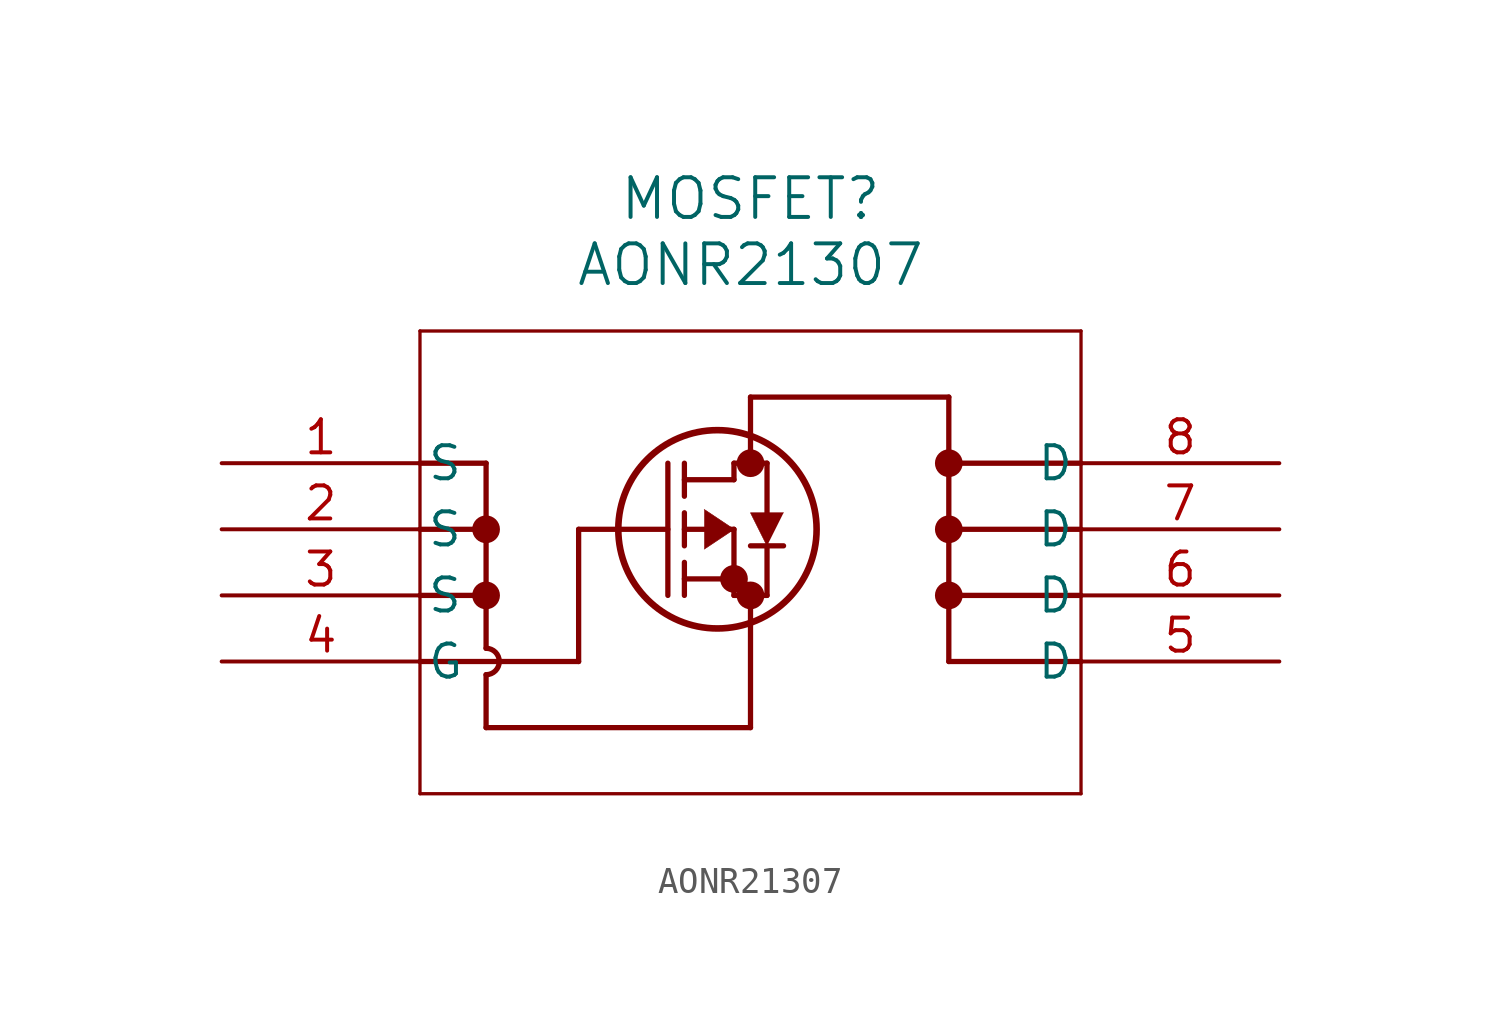
<source format=kicad_sym>
(kicad_symbol_lib
  (version 20211014)
  (generator kicad_symbol_editor)
  (symbol "AONR21307"
    (pin_names
      (offset 0.254))
    (property "Reference" "MOSFET"
      (at 20.32 10.16 0)
      (effects (font (size 1.524 1.524))))
    (property "Value" "AONR21307"
      (at 20.32 7.62 0)
      (effects (font (size 1.524 1.524))))
    (symbol "AONR21307_0_1"
      (polyline (pts (xy 7.62 5.08) (xy 7.62 -12.7)) (stroke (width 0.127) (type default) (color 0 0 0 0)) (fill (type none)))
      (polyline (pts (xy 7.62 -12.7) (xy 33.02 -12.7)) (stroke (width 0.127) (type default) (color 0 0 0 0)) (fill (type none)))
      (polyline (pts (xy 33.02 -12.7) (xy 33.02 5.08)) (stroke (width 0.127) (type default) (color 0 0 0 0)) (fill (type none)))
      (polyline (pts (xy 33.02 5.08) (xy 7.62 5.08)) (stroke (width 0.127) (type default) (color 0 0 0 0)) (fill (type none)))
      (circle (center 20.32 0) (radius 0.025) (stroke (width 0.508) (type default) (color 0 0 0 0)) (fill (type none)))
      (circle (center 20.32 -5.08) (radius 0.025) (stroke (width 0.508) (type default) (color 0 0 0 0)) (fill (type none)))
      (circle (center 19.685 -4.445) (radius 0.025) (stroke (width 0.508) (type default) (color 0 0 0 0)) (fill (type none)))
      (circle (center 19.05 -2.54) (radius 3.81) (stroke (width 0.254) (type default) (color 0 0 0 0)) (fill (type none)))
      (polyline (pts (xy 13.716 -2.54) (xy 17.145 -2.54)) (stroke (width 0.203) (type default) (color 0 0 0 0)) (fill (type none)))
      (polyline (pts (xy 17.145 -5.08) (xy 17.145 0)) (stroke (width 0.203) (type default) (color 0 0 0 0)) (fill (type none)))
      (polyline (pts (xy 17.78 -3.175) (xy 17.78 -1.905)) (stroke (width 0.203) (type default) (color 0 0 0 0)) (fill (type none)))
      (polyline (pts (xy 17.78 -5.08) (xy 17.78 -3.81)) (stroke (width 0.203) (type default) (color 0 0 0 0)) (fill (type none)))
      (polyline (pts (xy 17.78 -1.27) (xy 17.78 0)) (stroke (width 0.203) (type default) (color 0 0 0 0)) (fill (type none)))
      (polyline (pts (xy 17.78 -2.54) (xy 19.685 -2.54)) (stroke (width 0.203) (type default) (color 0 0 0 0)) (fill (type none)))
      (polyline (pts (xy 17.78 -4.445) (xy 19.685 -4.445)) (stroke (width 0.203) (type default) (color 0 0 0 0)) (fill (type none)))
      (polyline (pts (xy 19.685 -5.08) (xy 19.685 -2.54)) (stroke (width 0.203) (type default) (color 0 0 0 0)) (fill (type none)))
      (polyline (pts (xy 19.685 -5.08) (xy 20.955 -5.08)) (stroke (width 0.203) (type default) (color 0 0 0 0)) (fill (type none)))
      (polyline (pts (xy 17.78 -0.635) (xy 19.685 -0.635)) (stroke (width 0.203) (type default) (color 0 0 0 0)) (fill (type none)))
      (polyline (pts (xy 20.955 -1.905) (xy 20.955 0)) (stroke (width 0.203) (type default) (color 0 0 0 0)) (fill (type none)))
      (polyline (pts (xy 20.955 -5.08) (xy 20.955 -3.175)) (stroke (width 0.203) (type default) (color 0 0 0 0)) (fill (type none)))
      (polyline (pts (xy 21.59 -3.175) (xy 20.32 -3.175)) (stroke (width 0.203) (type default) (color 0 0 0 0)) (fill (type none)))
      (polyline (pts (xy 19.685 0) (xy 20.955 0)) (stroke (width 0.203) (type default) (color 0 0 0 0)) (fill (type none)))
      (polyline (pts (xy 19.685 -0.635) (xy 19.685 0)) (stroke (width 0.203) (type default) (color 0 0 0 0)) (fill (type none)))
      (polyline (pts (xy 13.716 -7.62) (xy 13.716 -2.54)) (stroke (width 0.203) (type default) (color 0 0 0 0)) (fill (type none)))
      (polyline (pts (xy 21.59 -1.905) (xy 20.32 -1.905) (xy 20.955 -3.175)) (stroke (width 0.025) (type default) (color 0 0 0 0)) (fill (type outline)))
      (polyline (pts (xy 7.62 -7.62) (xy 13.716 -7.62)) (stroke (width 0.203) (type default) (color 0 0 0 0)) (fill (type none)))
      (polyline (pts (xy 18.542 -1.778) (xy 19.685 -2.54) (xy 18.542 -3.302)) (stroke (width 0.025) (type default) (color 0 0 0 0)) (fill (type outline)))
      (polyline (pts (xy 20.32 -10.16) (xy 20.32 -5.08)) (stroke (width 0.203) (type default) (color 0 0 0 0)) (fill (type none)))
      (polyline (pts (xy 20.32 -10.16) (xy 10.16 -10.16)) (stroke (width 0.203) (type default) (color 0 0 0 0)) (fill (type none)))
      (polyline (pts (xy 10.16 0) (xy 7.62 0)) (stroke (width 0.203) (type default) (color 0 0 0 0)) (fill (type none)))
      (polyline (pts (xy 10.16 -2.54) (xy 7.62 -2.54)) (stroke (width 0.203) (type default) (color 0 0 0 0)) (fill (type none)))
      (polyline (pts (xy 10.16 -5.08) (xy 7.62 -5.08)) (stroke (width 0.203) (type default) (color 0 0 0 0)) (fill (type none)))
      (polyline (pts (xy 10.16 -7.112) (xy 10.16 0)) (stroke (width 0.203) (type default) (color 0 0 0 0)) (fill (type none)))
      (polyline (pts (xy 20.32 0) (xy 20.32 2.54)) (stroke (width 0.203) (type default) (color 0 0 0 0)) (fill (type none)))
      (polyline (pts (xy 27.94 2.54) (xy 20.32 2.54)) (stroke (width 0.203) (type default) (color 0 0 0 0)) (fill (type none)))
      (polyline (pts (xy 27.94 -7.62) (xy 33.02 -7.62)) (stroke (width 0.203) (type default) (color 0 0 0 0)) (fill (type none)))
      (polyline (pts (xy 27.94 -7.62) (xy 27.94 2.54)) (stroke (width 0.203) (type default) (color 0 0 0 0)) (fill (type none)))
      (polyline (pts (xy 27.94 -5.08) (xy 33.02 -5.08)) (stroke (width 0.203) (type default) (color 0 0 0 0)) (fill (type none)))
      (polyline (pts (xy 27.94 -2.54) (xy 33.02 -2.54)) (stroke (width 0.203) (type default) (color 0 0 0 0)) (fill (type none)))
      (polyline (pts (xy 27.94 0) (xy 33.02 0)) (stroke (width 0.203) (type default) (color 0 0 0 0)) (fill (type none)))
      (circle (center 27.94 0) (radius 0.025) (stroke (width 0.508) (type default) (color 0 0 0 0)) (fill (type none)))
      (circle (center 27.94 -2.54) (radius 0.025) (stroke (width 0.508) (type default) (color 0 0 0 0)) (fill (type none)))
      (circle (center 27.94 -5.08) (radius 0.025) (stroke (width 0.508) (type default) (color 0 0 0 0)) (fill (type none)))
      (circle (center 10.16 -2.54) (radius 0.025) (stroke (width 0.508) (type default) (color 0 0 0 0)) (fill (type none)))
      (circle (center 10.16 -5.08) (radius 0.025) (stroke (width 0.508) (type default) (color 0 0 0 0)) (fill (type none)))
      (polyline (pts (xy 10.16 -10.16) (xy 10.16 -8.128)) (stroke (width 0.203) (type default) (color 0 0 0 0)) (fill (type none)))
      (arc (start 10.16 -8.128) (mid 10.668 -7.62) (end 10.16 -7.112) (stroke (width 0.2032) (type default) (color 0 0 0 0)) (fill (type none)))
      (pin unspecified line (at 0 0 0) (length 7.62) (name "S" (effects (font (size 1.27 1.27)))) (number "1" (effects (font (size 1.27 1.27)))))
      (pin unspecified line (at 0 -2.54 0) (length 7.62) (name "S" (effects (font (size 1.27 1.27)))) (number "2" (effects (font (size 1.27 1.27)))))
      (pin unspecified line (at 0 -5.08 0) (length 7.62) (name "S" (effects (font (size 1.27 1.27)))) (number "3" (effects (font (size 1.27 1.27)))))
      (pin unspecified line (at 0 -7.62 0) (length 7.62) (name "G" (effects (font (size 1.27 1.27)))) (number "4" (effects (font (size 1.27 1.27)))))
      (pin unspecified line (at 40.64 -7.62 180) (length 7.62) (name "D" (effects (font (size 1.27 1.27)))) (number "5" (effects (font (size 1.27 1.27)))))
      (pin unspecified line (at 40.64 -5.08 180) (length 7.62) (name "D" (effects (font (size 1.27 1.27)))) (number "6" (effects (font (size 1.27 1.27)))))
      (pin unspecified line (at 40.64 -2.54 180) (length 7.62) (name "D" (effects (font (size 1.27 1.27)))) (number "7" (effects (font (size 1.27 1.27)))))
      (pin unspecified line (at 40.64 0 180) (length 7.62) (name "D" (effects (font (size 1.27 1.27)))) (number "8" (effects (font (size 1.27 1.27))))))))
</source>
